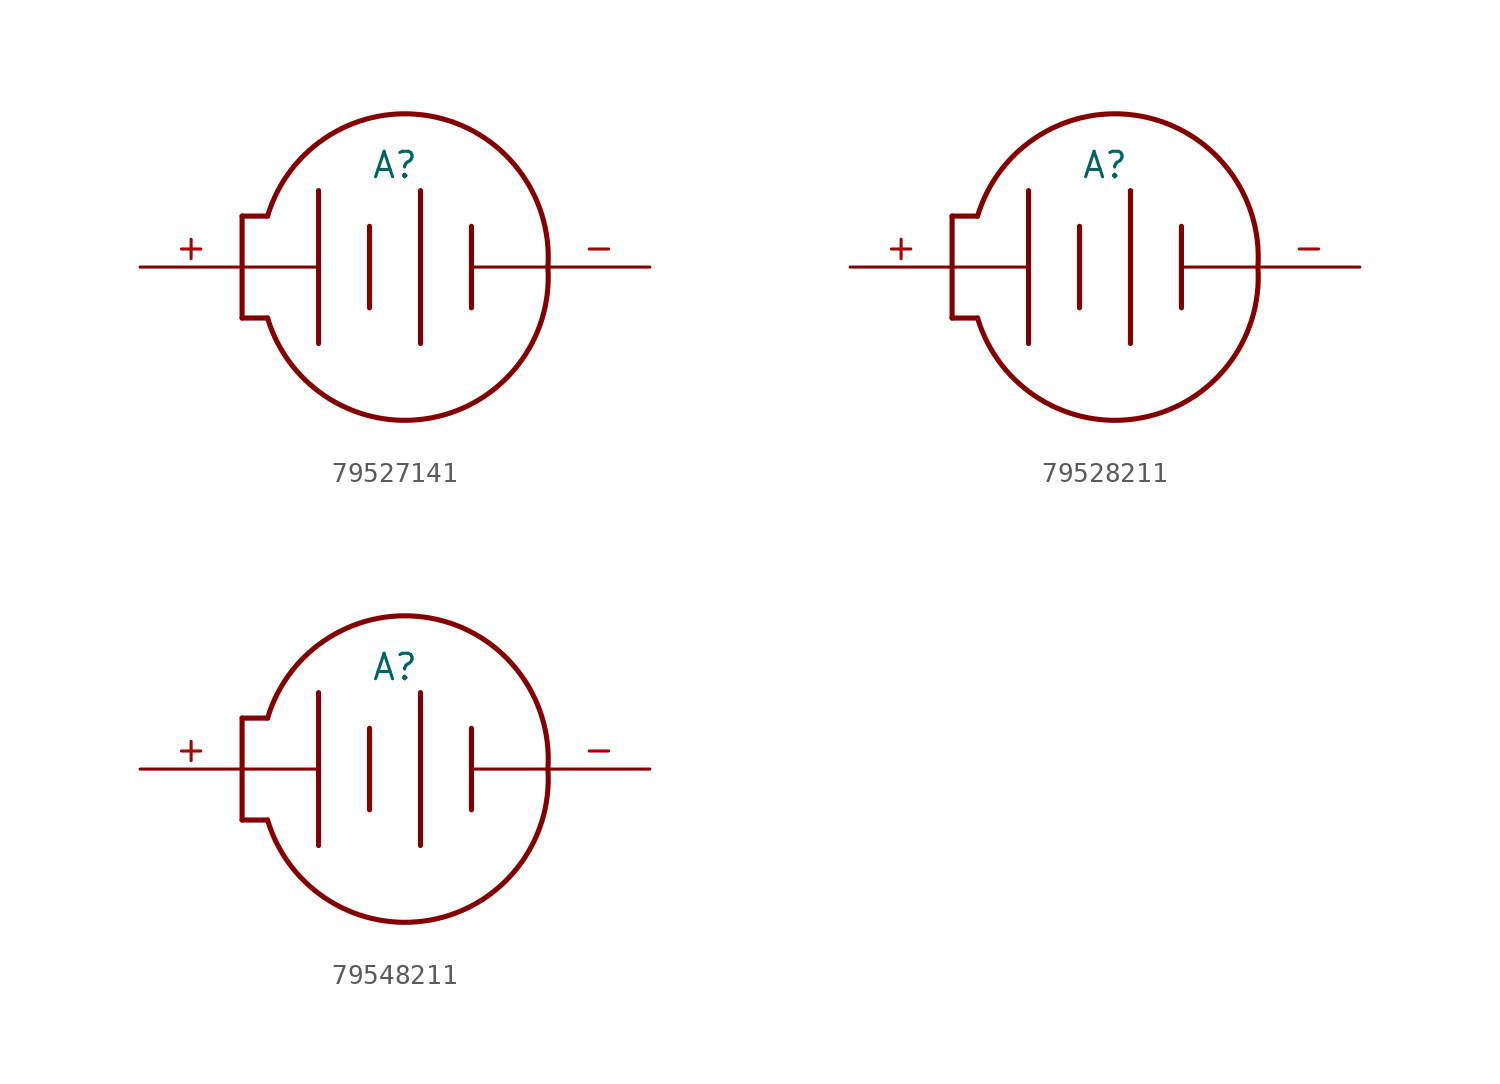
<source format=kicad_sym>
(kicad_symbol_lib
  (version 20220914)
  (generator kicad_symbol_editor)
  (symbol "79527141"
    (pin_names hide)
    (property "Reference" "A"
      (at 0 5.08 0)
      (effects (font (size 1.27 1.27))))
    (symbol "79527141_0_0"
      (polyline (pts (xy -7.62 -2.54) (xy -7.62 2.54)) (stroke (width 0.254) (type default)) (fill (type none)))
      (polyline (pts (xy -7.62 2.54) (xy -6.35 2.54)) (stroke (width 0.254) (type default)) (fill (type none)))
      (polyline (pts (xy -6.35 -2.54) (xy -7.62 -2.54)) (stroke (width 0.254) (type default)) (fill (type none)))
      (polyline (pts (xy -3.81 0) (xy -7.62 0)) (stroke (width 0.152) (type default)) (fill (type none)))
      (polyline (pts (xy -1.27 2.032) (xy -1.27 -2.032)) (stroke (width 0.254) (type default)) (fill (type none)))
      (polyline (pts (xy 1.27 3.81) (xy 1.27 -3.81)) (stroke (width 0.254) (type default)) (fill (type none)))
      (polyline (pts (xy 3.81 0) (xy 7.62 0)) (stroke (width 0.152) (type default)) (fill (type none)))
      (polyline (pts (xy 3.81 2.032) (xy 3.81 -2.032)) (stroke (width 0.254) (type default)) (fill (type none))))
    (symbol "79527141_1_0"
      (pin passive line (at -12.7 0 0) (length 5.08) (name "POS" (effects (font (size 1.27 1.27)))) (number "+" (effects (font (size 1.27 1.27)))))
      (pin passive line (at 12.7 0 180) (length 5.08) (name "NEG" (effects (font (size 1.27 1.27)))) (number "-" (effects (font (size 1.27 1.27))))))
    (symbol "79527141_1_1"
      (arc (start -6.35 -2.54) (mid 0 -7.62) (end 7.62 0) (stroke (width 0.254) (type default)) (fill (type none)))
      (polyline (pts (xy -3.81 3.81) (xy -3.81 -3.81)) (stroke (width 0.254) (type default)) (fill (type none)))
      (arc (start 7.62 0) (mid 0 7.62) (end -6.35 2.54) (stroke (width 0.254) (type default)) (fill (type none)))))
  (symbol "79528211"
    (pin_names hide)
    (property "Reference" "A"
      (at 0 5.08 0)
      (effects (font (size 1.27 1.27))))
    (symbol "79528211_0_0"
      (polyline (pts (xy -7.62 -2.54) (xy -7.62 2.54)) (stroke (width 0.254) (type default)) (fill (type none)))
      (polyline (pts (xy -7.62 2.54) (xy -6.35 2.54)) (stroke (width 0.254) (type default)) (fill (type none)))
      (polyline (pts (xy -6.35 -2.54) (xy -7.62 -2.54)) (stroke (width 0.254) (type default)) (fill (type none)))
      (polyline (pts (xy -3.81 0) (xy -7.62 0)) (stroke (width 0.152) (type default)) (fill (type none)))
      (polyline (pts (xy -1.27 2.032) (xy -1.27 -2.032)) (stroke (width 0.254) (type default)) (fill (type none)))
      (polyline (pts (xy 1.27 3.81) (xy 1.27 -3.81)) (stroke (width 0.254) (type default)) (fill (type none)))
      (polyline (pts (xy 3.81 0) (xy 7.62 0)) (stroke (width 0.152) (type default)) (fill (type none)))
      (polyline (pts (xy 3.81 2.032) (xy 3.81 -2.032)) (stroke (width 0.254) (type default)) (fill (type none))))
    (symbol "79528211_1_0"
      (pin passive line (at -12.7 0 0) (length 5.08) (name "POS" (effects (font (size 1.27 1.27)))) (number "+" (effects (font (size 1.27 1.27)))))
      (pin passive line (at 12.7 0 180) (length 5.08) (name "NEG" (effects (font (size 1.27 1.27)))) (number "-" (effects (font (size 1.27 1.27))))))
    (symbol "79528211_1_1"
      (arc (start -6.35 -2.54) (mid 0 -7.62) (end 7.62 0) (stroke (width 0.254) (type default)) (fill (type none)))
      (polyline (pts (xy -3.81 3.81) (xy -3.81 -3.81)) (stroke (width 0.254) (type default)) (fill (type none)))
      (arc (start 7.62 0) (mid 0 7.62) (end -6.35 2.54) (stroke (width 0.254) (type default)) (fill (type none)))))
  (symbol "79548211"
    (pin_names hide)
    (property "Reference" "A"
      (at 0 5.08 0)
      (effects (font (size 1.27 1.27))))
    (symbol "79548211_0_0"
      (polyline (pts (xy -7.62 -2.54) (xy -7.62 2.54)) (stroke (width 0.254) (type default)) (fill (type none)))
      (polyline (pts (xy -7.62 2.54) (xy -6.35 2.54)) (stroke (width 0.254) (type default)) (fill (type none)))
      (polyline (pts (xy -6.35 -2.54) (xy -7.62 -2.54)) (stroke (width 0.254) (type default)) (fill (type none)))
      (polyline (pts (xy -3.81 0) (xy -7.62 0)) (stroke (width 0.152) (type default)) (fill (type none)))
      (polyline (pts (xy -1.27 2.032) (xy -1.27 -2.032)) (stroke (width 0.254) (type default)) (fill (type none)))
      (polyline (pts (xy 1.27 3.81) (xy 1.27 -3.81)) (stroke (width 0.254) (type default)) (fill (type none)))
      (polyline (pts (xy 3.81 0) (xy 7.62 0)) (stroke (width 0.152) (type default)) (fill (type none)))
      (polyline (pts (xy 3.81 2.032) (xy 3.81 -2.032)) (stroke (width 0.254) (type default)) (fill (type none))))
    (symbol "79548211_1_0"
      (pin passive line (at -12.7 0 0) (length 5.08) (name "POS" (effects (font (size 1.27 1.27)))) (number "+" (effects (font (size 1.27 1.27)))))
      (pin passive line (at 12.7 0 180) (length 5.08) (name "NEG" (effects (font (size 1.27 1.27)))) (number "-" (effects (font (size 1.27 1.27))))))
    (symbol "79548211_1_1"
      (arc (start -6.35 -2.54) (mid 0 -7.62) (end 7.62 0) (stroke (width 0.254) (type default)) (fill (type none)))
      (polyline (pts (xy -3.81 3.81) (xy -3.81 -3.81)) (stroke (width 0.254) (type default)) (fill (type none)))
      (arc (start 7.62 0) (mid 0 7.62) (end -6.35 2.54) (stroke (width 0.254) (type default)) (fill (type none))))))
</source>
